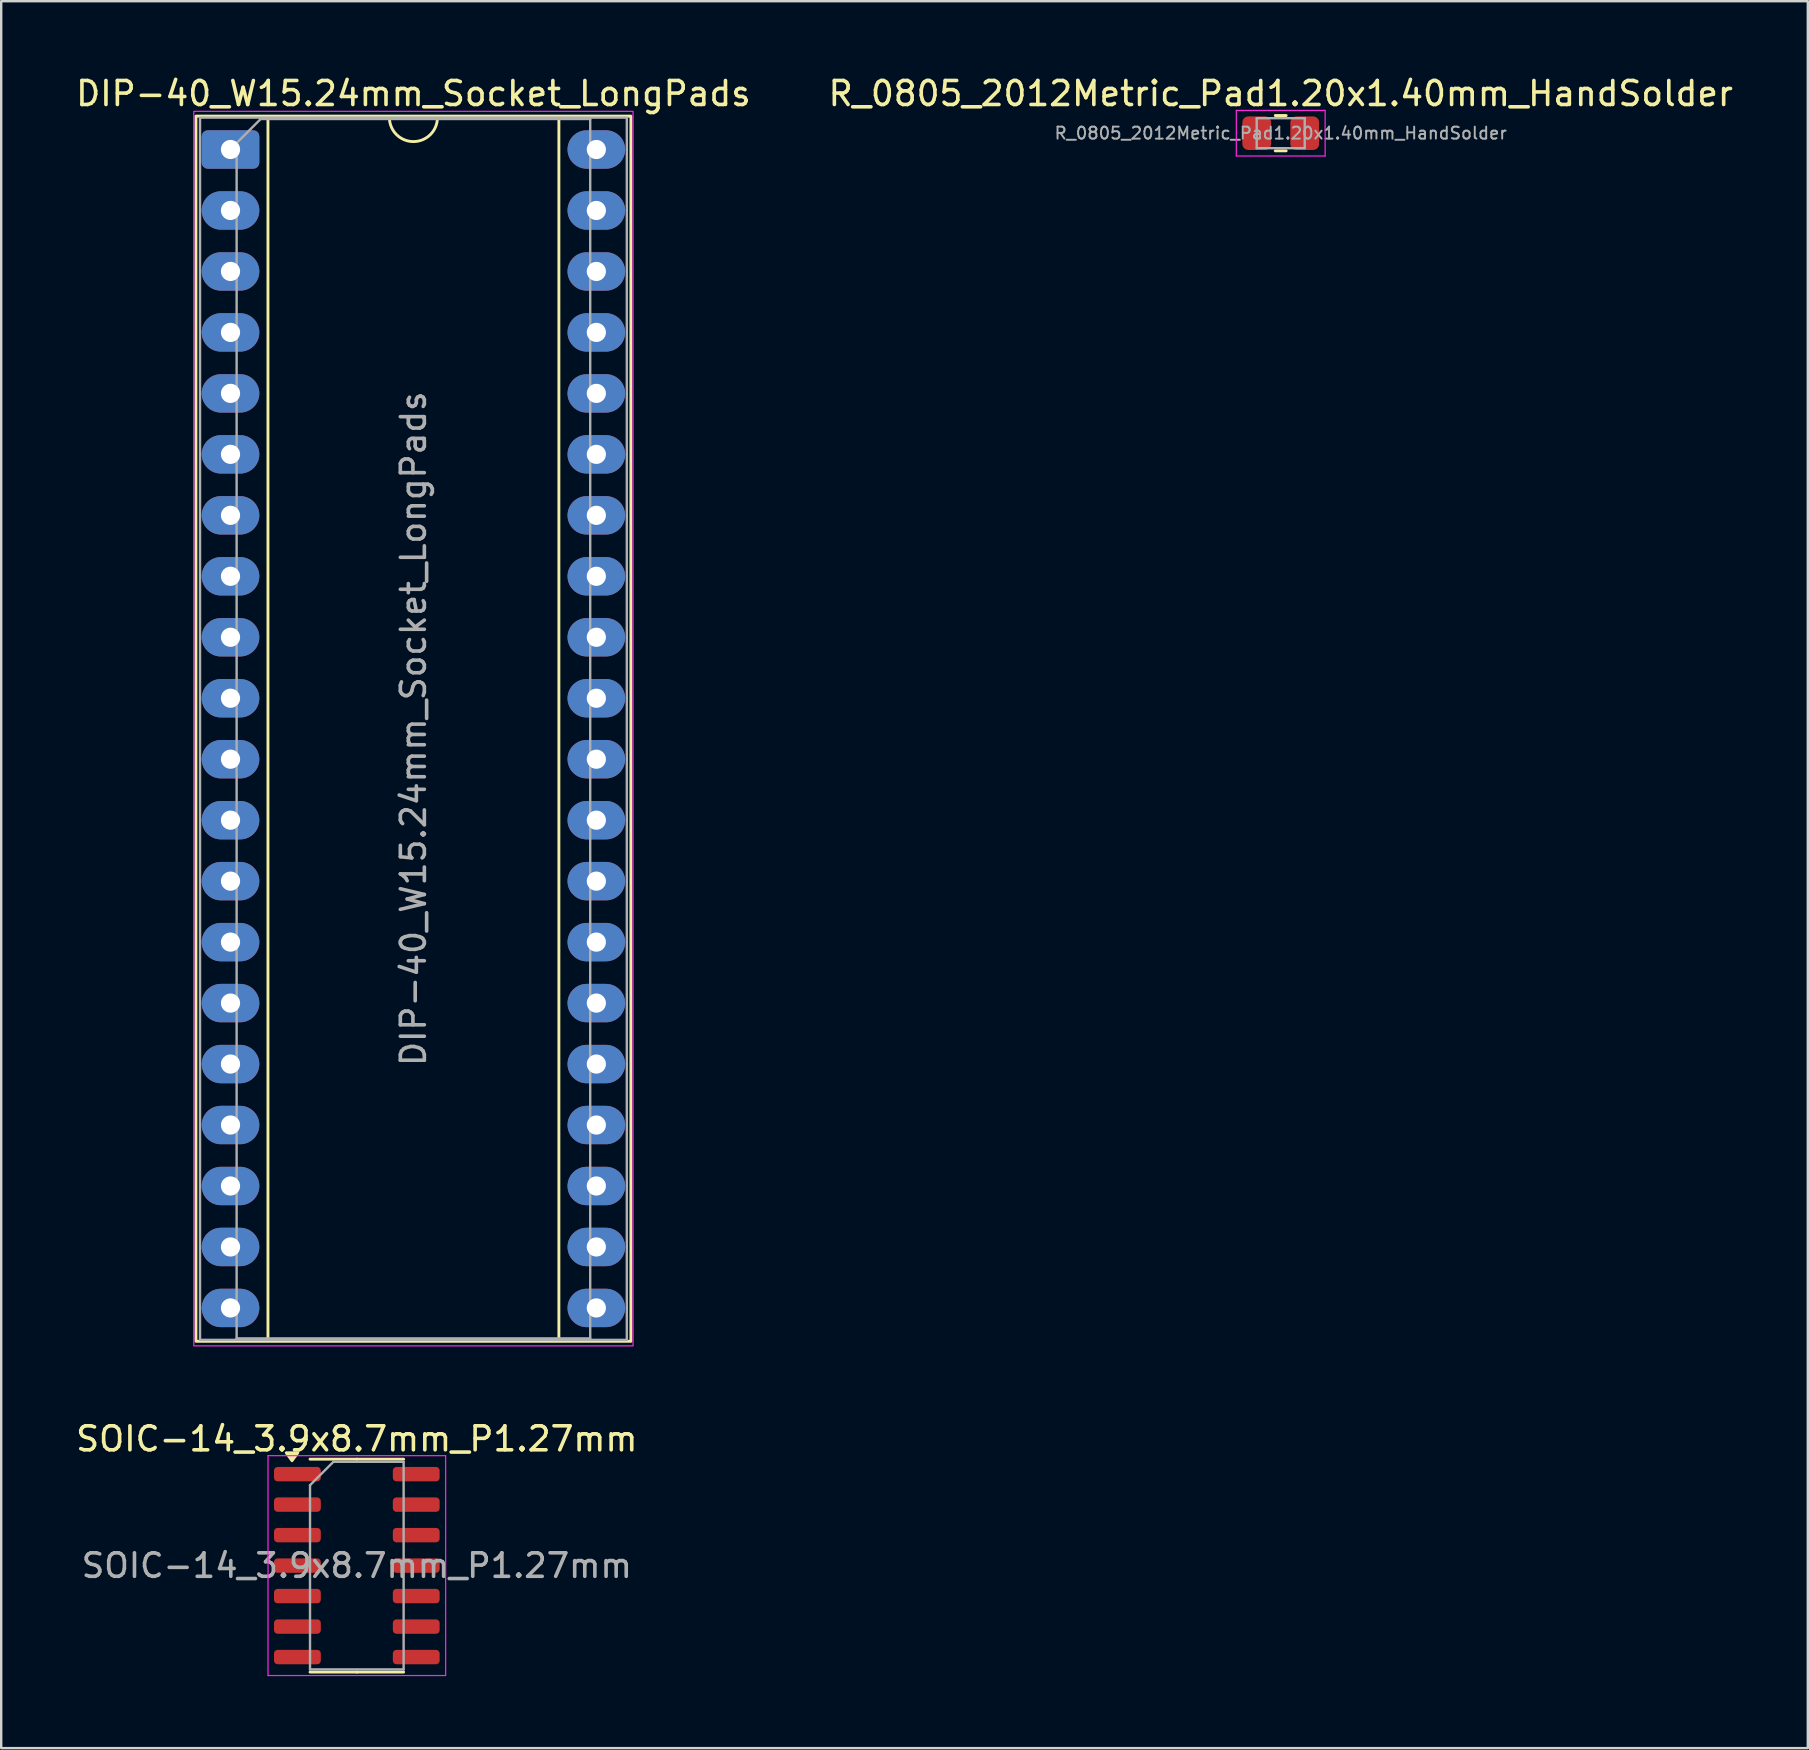
<source format=kicad_pcb>
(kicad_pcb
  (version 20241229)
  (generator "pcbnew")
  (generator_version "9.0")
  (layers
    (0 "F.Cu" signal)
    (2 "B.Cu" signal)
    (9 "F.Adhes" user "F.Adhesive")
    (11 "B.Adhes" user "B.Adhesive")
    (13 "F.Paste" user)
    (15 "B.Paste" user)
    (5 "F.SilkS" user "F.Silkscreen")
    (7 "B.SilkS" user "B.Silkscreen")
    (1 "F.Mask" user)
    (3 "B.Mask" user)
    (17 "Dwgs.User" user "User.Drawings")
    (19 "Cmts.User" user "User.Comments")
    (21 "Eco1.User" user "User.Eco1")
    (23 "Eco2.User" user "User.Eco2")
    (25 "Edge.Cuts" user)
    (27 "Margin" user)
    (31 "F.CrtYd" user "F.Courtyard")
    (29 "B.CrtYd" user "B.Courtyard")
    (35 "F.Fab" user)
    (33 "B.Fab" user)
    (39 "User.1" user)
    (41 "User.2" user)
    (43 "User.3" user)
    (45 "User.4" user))
  (footprint "SOIC-14_3.9x8.7mm_P1.27mm"
    (layer "F.Cu")
    (at 11.815 62.172)
    (property "Reference" "SOIC-14_3.9x8.7mm_P1.27mm" (at 0 -5.28 0) (layer "F.SilkS") (effects (font (size 1 1) (thickness 0.15))))
    (attr smd)
    (fp_line (start 0 -4.435) (end -1.95 -4.435) (stroke (width 0.12) (type solid)) (layer "F.SilkS"))
    (fp_line (start 0 -4.435) (end 1.95 -4.435) (stroke (width 0.12) (type solid)) (layer "F.SilkS"))
    (fp_line (start 0 4.435) (end -1.95 4.435) (stroke (width 0.12) (type solid)) (layer "F.SilkS"))
    (fp_line (start 0 4.435) (end 1.95 4.435) (stroke (width 0.12) (type solid)) (layer "F.SilkS"))
    (fp_poly (pts (xy -2.7 -4.37) (xy -2.94 -4.7) (xy -2.46 -4.7) (xy -2.7 -4.37)) (stroke (width 0.12) (type solid)) (fill yes) (layer "F.SilkS"))
    (fp_line (start -3.7 -4.58) (end -3.7 4.58) (stroke (width 0.05) (type solid)) (layer "F.CrtYd"))
    (fp_line (start -3.7 4.58) (end 3.7 4.58) (stroke (width 0.05) (type solid)) (layer "F.CrtYd"))
    (fp_line (start 3.7 -4.58) (end -3.7 -4.58) (stroke (width 0.05) (type solid)) (layer "F.CrtYd"))
    (fp_line (start 3.7 4.58) (end 3.7 -4.58) (stroke (width 0.05) (type solid)) (layer "F.CrtYd"))
    (fp_line (start -1.95 -3.35) (end -0.975 -4.325) (stroke (width 0.1) (type solid)) (layer "F.Fab"))
    (fp_line (start -1.95 4.325) (end -1.95 -3.35) (stroke (width 0.1) (type solid)) (layer "F.Fab"))
    (fp_line (start -0.975 -4.325) (end 1.95 -4.325) (stroke (width 0.1) (type solid)) (layer "F.Fab"))
    (fp_line (start 1.95 -4.325) (end 1.95 4.325) (stroke (width 0.1) (type solid)) (layer "F.Fab"))
    (fp_line (start 1.95 4.325) (end -1.95 4.325) (stroke (width 0.1) (type solid)) (layer "F.Fab"))
    (fp_text user "${REFERENCE}" (at 0 0 0) (layer "F.Fab") (effects (font (size 0.98 0.98) (thickness 0.15))))
    (pad "1" smd roundrect (at -2.475 -3.81) (size 1.95 0.6) (layers "F.Cu" "F.Mask" "F.Paste") (roundrect_rratio 0.25))
    (pad "2" smd roundrect (at -2.475 -2.54) (size 1.95 0.6) (layers "F.Cu" "F.Mask" "F.Paste") (roundrect_rratio 0.25))
    (pad "3" smd roundrect (at -2.475 -1.27) (size 1.95 0.6) (layers "F.Cu" "F.Mask" "F.Paste") (roundrect_rratio 0.25))
    (pad "4" smd roundrect (at -2.475 0) (size 1.95 0.6) (layers "F.Cu" "F.Mask" "F.Paste") (roundrect_rratio 0.25))
    (pad "5" smd roundrect (at -2.475 1.27) (size 1.95 0.6) (layers "F.Cu" "F.Mask" "F.Paste") (roundrect_rratio 0.25))
    (pad "6" smd roundrect (at -2.475 2.54) (size 1.95 0.6) (layers "F.Cu" "F.Mask" "F.Paste") (roundrect_rratio 0.25))
    (pad "7" smd roundrect (at -2.475 3.81) (size 1.95 0.6) (layers "F.Cu" "F.Mask" "F.Paste") (roundrect_rratio 0.25))
    (pad "8" smd roundrect (at 2.475 3.81) (size 1.95 0.6) (layers "F.Cu" "F.Mask" "F.Paste") (roundrect_rratio 0.25))
    (pad "9" smd roundrect (at 2.475 2.54) (size 1.95 0.6) (layers "F.Cu" "F.Mask" "F.Paste") (roundrect_rratio 0.25))
    (pad "10" smd roundrect (at 2.475 1.27) (size 1.95 0.6) (layers "F.Cu" "F.Mask" "F.Paste") (roundrect_rratio 0.25))
    (pad "11" smd roundrect (at 2.475 0) (size 1.95 0.6) (layers "F.Cu" "F.Mask" "F.Paste") (roundrect_rratio 0.25))
    (pad "12" smd roundrect (at 2.475 -1.27) (size 1.95 0.6) (layers "F.Cu" "F.Mask" "F.Paste") (roundrect_rratio 0.25))
    (pad "13" smd roundrect (at 2.475 -2.54) (size 1.95 0.6) (layers "F.Cu" "F.Mask" "F.Paste") (roundrect_rratio 0.25))
    (pad "14" smd roundrect (at 2.475 -3.81) (size 1.95 0.6) (layers "F.Cu" "F.Mask" "F.Paste") (roundrect_rratio 0.25)))
  (footprint "R_0805_2012Metric_Pad1.20x1.40mm_HandSolder"
    (layer "F.Cu")
    (at 50.304 2.498)
    (property "Reference" "R_0805_2012Metric_Pad1.20x1.40mm_HandSolder" (at 0 -1.65 180) (layer "F.SilkS") (effects (font (size 1 1) (thickness 0.15))))
    (attr smd)
    (fp_line (start -0.227 -0.735) (end 0.227 -0.735) (stroke (width 0.12) (type solid)) (layer "F.SilkS"))
    (fp_line (start -0.227 0.735) (end 0.227 0.735) (stroke (width 0.12) (type solid)) (layer "F.SilkS"))
    (fp_line (start -1.85 -0.95) (end 1.85 -0.95) (stroke (width 0.05) (type solid)) (layer "F.CrtYd"))
    (fp_line (start -1.85 0.95) (end -1.85 -0.95) (stroke (width 0.05) (type solid)) (layer "F.CrtYd"))
    (fp_line (start 1.85 -0.95) (end 1.85 0.95) (stroke (width 0.05) (type solid)) (layer "F.CrtYd"))
    (fp_line (start 1.85 0.95) (end -1.85 0.95) (stroke (width 0.05) (type solid)) (layer "F.CrtYd"))
    (fp_line (start -1 -0.625) (end 1 -0.625) (stroke (width 0.1) (type solid)) (layer "F.Fab"))
    (fp_line (start -1 0.625) (end -1 -0.625) (stroke (width 0.1) (type solid)) (layer "F.Fab"))
    (fp_line (start 1 -0.625) (end 1 0.625) (stroke (width 0.1) (type solid)) (layer "F.Fab"))
    (fp_line (start 1 0.625) (end -1 0.625) (stroke (width 0.1) (type solid)) (layer "F.Fab"))
    (fp_text user "${REFERENCE}" (at 0 0 180) (layer "F.Fab") (effects (font (size 0.5 0.5) (thickness 0.08))))
    (pad "1" smd roundrect (at -1 0) (size 1.2 1.4) (layers "F.Cu" "F.Mask" "F.Paste") (roundrect_rratio 0.208))
    (pad "2" smd roundrect (at 1 0) (size 1.2 1.4) (layers "F.Cu" "F.Mask" "F.Paste") (roundrect_rratio 0.208)))
  (footprint "DIP-40_W15.24mm_Socket_LongPads"
    (layer "F.Cu")
    (at 6.553 3.178)
    (property "Reference" "DIP-40_W15.24mm_Socket_LongPads" (at 7.62 -2.33 180) (layer "F.SilkS") (effects (font (size 1 1) (thickness 0.15))))
    (attr through_hole)
    (fp_line (start 1.56 -1.33) (end 1.56 49.59) (stroke (width 0.12) (type solid)) (layer "F.SilkS"))
    (fp_line (start 1.56 49.59) (end 13.68 49.59) (stroke (width 0.12) (type solid)) (layer "F.SilkS"))
    (fp_line (start 6.62 -1.33) (end 1.56 -1.33) (stroke (width 0.12) (type solid)) (layer "F.SilkS"))
    (fp_line (start 13.68 -1.33) (end 8.62 -1.33) (stroke (width 0.12) (type solid)) (layer "F.SilkS"))
    (fp_line (start 13.68 49.59) (end 13.68 -1.33) (stroke (width 0.12) (type solid)) (layer "F.SilkS"))
    (fp_rect (start -1.44 -1.39) (end 16.68 49.65) (stroke (width 0.12) (type solid)) (fill no) (layer "F.SilkS"))
    (fp_arc (start 8.62 -1.33) (mid 7.62 -0.33) (end 6.62 -1.33) (stroke (width 0.12) (type solid)) (layer "F.SilkS"))
    (fp_rect (start -1.53 -1.59) (end 16.77 49.84) (stroke (width 0.05) (type solid)) (fill no) (layer "F.CrtYd"))
    (fp_line (start 0.255 -0.27) (end 1.255 -1.27) (stroke (width 0.1) (type solid)) (layer "F.Fab"))
    (fp_line (start 0.255 49.53) (end 0.255 -0.27) (stroke (width 0.1) (type solid)) (layer "F.Fab"))
    (fp_line (start 1.255 -1.27) (end 14.985 -1.27) (stroke (width 0.1) (type solid)) (layer "F.Fab"))
    (fp_line (start 14.985 -1.27) (end 14.985 49.53) (stroke (width 0.1) (type solid)) (layer "F.Fab"))
    (fp_line (start 14.985 49.53) (end 0.255 49.53) (stroke (width 0.1) (type solid)) (layer "F.Fab"))
    (fp_rect (start -1.27 -1.33) (end 16.51 49.59) (stroke (width 0.1) (type solid)) (fill no) (layer "F.Fab"))
    (fp_text user "${REFERENCE}" (at 7.62 24.13 90) (layer "F.Fab") (effects (font (size 1 1) (thickness 0.15))))
    (pad "1" thru_hole roundrect (at 0 0) (size 2.4 1.6) (drill 0.8) (layers "*.Cu" "*.Mask") (roundrect_rratio 0.156))
    (pad "2" thru_hole oval (at 0 2.54) (size 2.4 1.6) (drill 0.8) (layers "*.Cu" "*.Mask"))
    (pad "3" thru_hole oval (at 0 5.08) (size 2.4 1.6) (drill 0.8) (layers "*.Cu" "*.Mask"))
    (pad "4" thru_hole oval (at 0 7.62) (size 2.4 1.6) (drill 0.8) (layers "*.Cu" "*.Mask"))
    (pad "5" thru_hole oval (at 0 10.16) (size 2.4 1.6) (drill 0.8) (layers "*.Cu" "*.Mask"))
    (pad "6" thru_hole oval (at 0 12.7) (size 2.4 1.6) (drill 0.8) (layers "*.Cu" "*.Mask"))
    (pad "7" thru_hole oval (at 0 15.24) (size 2.4 1.6) (drill 0.8) (layers "*.Cu" "*.Mask"))
    (pad "8" thru_hole oval (at 0 17.78) (size 2.4 1.6) (drill 0.8) (layers "*.Cu" "*.Mask"))
    (pad "9" thru_hole oval (at 0 20.32) (size 2.4 1.6) (drill 0.8) (layers "*.Cu" "*.Mask"))
    (pad "10" thru_hole oval (at 0 22.86) (size 2.4 1.6) (drill 0.8) (layers "*.Cu" "*.Mask"))
    (pad "11" thru_hole oval (at 0 25.4) (size 2.4 1.6) (drill 0.8) (layers "*.Cu" "*.Mask"))
    (pad "12" thru_hole oval (at 0 27.94) (size 2.4 1.6) (drill 0.8) (layers "*.Cu" "*.Mask"))
    (pad "13" thru_hole oval (at 0 30.48) (size 2.4 1.6) (drill 0.8) (layers "*.Cu" "*.Mask"))
    (pad "14" thru_hole oval (at 0 33.02) (size 2.4 1.6) (drill 0.8) (layers "*.Cu" "*.Mask"))
    (pad "15" thru_hole oval (at 0 35.56) (size 2.4 1.6) (drill 0.8) (layers "*.Cu" "*.Mask"))
    (pad "16" thru_hole oval (at 0 38.1) (size 2.4 1.6) (drill 0.8) (layers "*.Cu" "*.Mask"))
    (pad "17" thru_hole oval (at 0 40.64) (size 2.4 1.6) (drill 0.8) (layers "*.Cu" "*.Mask"))
    (pad "18" thru_hole oval (at 0 43.18) (size 2.4 1.6) (drill 0.8) (layers "*.Cu" "*.Mask"))
    (pad "19" thru_hole oval (at 0 45.72) (size 2.4 1.6) (drill 0.8) (layers "*.Cu" "*.Mask"))
    (pad "20" thru_hole oval (at 0 48.26) (size 2.4 1.6) (drill 0.8) (layers "*.Cu" "*.Mask"))
    (pad "21" thru_hole oval (at 15.24 48.26) (size 2.4 1.6) (drill 0.8) (layers "*.Cu" "*.Mask"))
    (pad "22" thru_hole oval (at 15.24 45.72) (size 2.4 1.6) (drill 0.8) (layers "*.Cu" "*.Mask"))
    (pad "23" thru_hole oval (at 15.24 43.18) (size 2.4 1.6) (drill 0.8) (layers "*.Cu" "*.Mask"))
    (pad "24" thru_hole oval (at 15.24 40.64) (size 2.4 1.6) (drill 0.8) (layers "*.Cu" "*.Mask"))
    (pad "25" thru_hole oval (at 15.24 38.1) (size 2.4 1.6) (drill 0.8) (layers "*.Cu" "*.Mask"))
    (pad "26" thru_hole oval (at 15.24 35.56) (size 2.4 1.6) (drill 0.8) (layers "*.Cu" "*.Mask"))
    (pad "27" thru_hole oval (at 15.24 33.02) (size 2.4 1.6) (drill 0.8) (layers "*.Cu" "*.Mask"))
    (pad "28" thru_hole oval (at 15.24 30.48) (size 2.4 1.6) (drill 0.8) (layers "*.Cu" "*.Mask"))
    (pad "29" thru_hole oval (at 15.24 27.94) (size 2.4 1.6) (drill 0.8) (layers "*.Cu" "*.Mask"))
    (pad "30" thru_hole oval (at 15.24 25.4) (size 2.4 1.6) (drill 0.8) (layers "*.Cu" "*.Mask"))
    (pad "31" thru_hole oval (at 15.24 22.86) (size 2.4 1.6) (drill 0.8) (layers "*.Cu" "*.Mask"))
    (pad "32" thru_hole oval (at 15.24 20.32) (size 2.4 1.6) (drill 0.8) (layers "*.Cu" "*.Mask"))
    (pad "33" thru_hole oval (at 15.24 17.78) (size 2.4 1.6) (drill 0.8) (layers "*.Cu" "*.Mask"))
    (pad "34" thru_hole oval (at 15.24 15.24) (size 2.4 1.6) (drill 0.8) (layers "*.Cu" "*.Mask"))
    (pad "35" thru_hole oval (at 15.24 12.7) (size 2.4 1.6) (drill 0.8) (layers "*.Cu" "*.Mask"))
    (pad "36" thru_hole oval (at 15.24 10.16) (size 2.4 1.6) (drill 0.8) (layers "*.Cu" "*.Mask"))
    (pad "37" thru_hole oval (at 15.24 7.62) (size 2.4 1.6) (drill 0.8) (layers "*.Cu" "*.Mask"))
    (pad "38" thru_hole oval (at 15.24 5.08) (size 2.4 1.6) (drill 0.8) (layers "*.Cu" "*.Mask"))
    (pad "39" thru_hole oval (at 15.24 2.54) (size 2.4 1.6) (drill 0.8) (layers "*.Cu" "*.Mask"))
    (pad "40" thru_hole oval (at 15.24 0) (size 2.4 1.6) (drill 0.8) (layers "*.Cu" "*.Mask")))
  (gr_rect
    (start -3 -3)
    (end 72.262 69.776)
    (stroke (width 0.1) (type default))
    (fill no)
    (layer "Edge.Cuts")))
</source>
